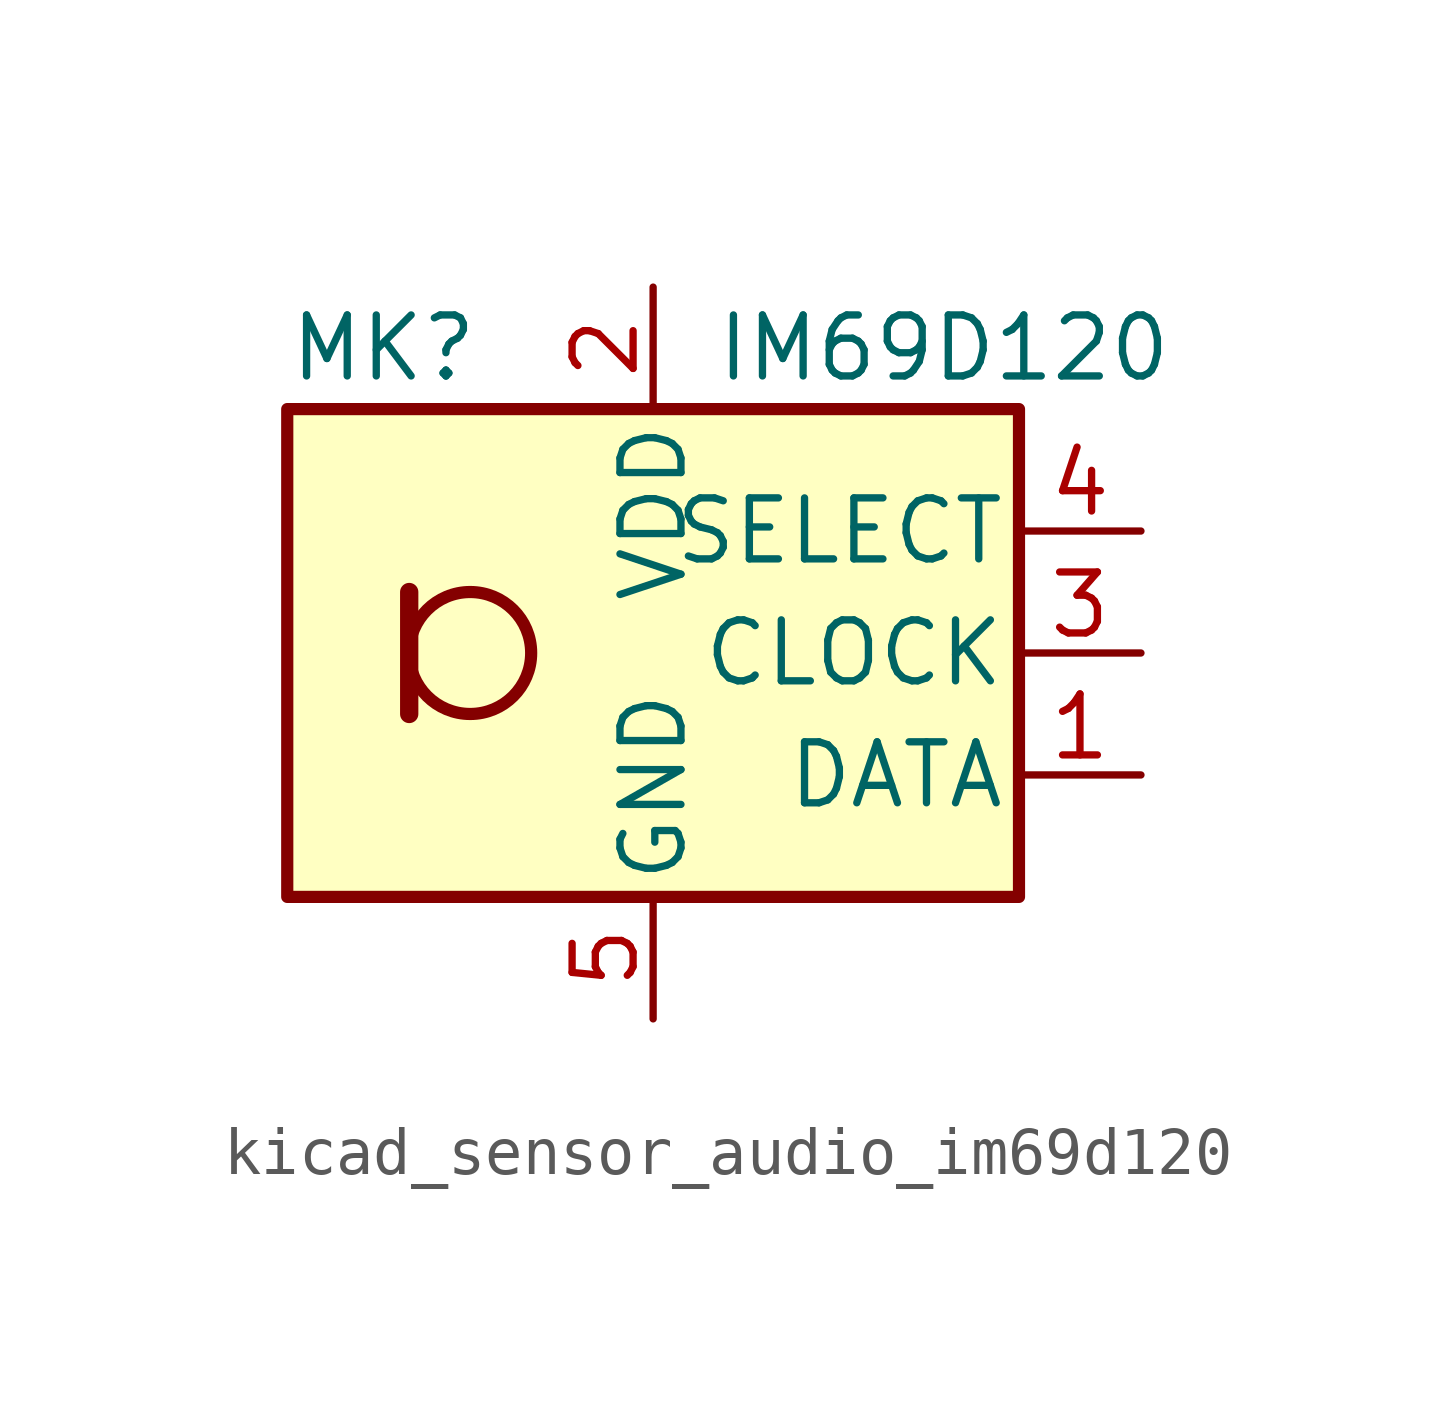
<source format=kicad_sym>
(kicad_symbol_lib
  (version 20220914)
  (generator kicad_symbol_editor)
  (symbol "kicad_sensor_audio_im69d120"
    (pin_names
      (offset 0.254))
    (property "Reference" "MK"
      (at -7.62 6.35 0)
      (effects (font (size 1.27 1.27)) (justify left)))
    (property "Value" "IM69D120"
      (at 1.27 6.35 0)
      (effects (font (size 1.27 1.27)) (justify left)))
    (symbol "kicad_sensor_audio_im69d120_0_1"
      (rectangle (start -7.62 5.08) (end 7.62 -5.08) (stroke (width 0.254) (type default)) (fill (type background)))
      (circle (center -3.81 0) (radius 1.27) (stroke (width 0.254) (type default)) (fill (type none)))
      (polyline (pts (xy -5.08 1.27) (xy -5.08 -1.27)) (stroke (width 0.381) (type default)) (fill (type none))))
    (symbol "kicad_sensor_audio_im69d120_1_1"
      (pin output line (at 10.16 -2.54 180) (length 2.54) (name "DATA" (effects (font (size 1.27 1.27)))) (number "1" (effects (font (size 1.27 1.27)))))
      (pin power_in line (at 0 7.62 270) (length 2.54) (name "VDD" (effects (font (size 1.27 1.27)))) (number "2" (effects (font (size 1.27 1.27)))))
      (pin input line (at 10.16 0 180) (length 2.54) (name "CLOCK" (effects (font (size 1.27 1.27)))) (number "3" (effects (font (size 1.27 1.27)))))
      (pin input line (at 10.16 2.54 180) (length 2.54) (name "SELECT" (effects (font (size 1.27 1.27)))) (number "4" (effects (font (size 1.27 1.27)))))
      (pin power_in line (at 0 -7.62 90) (length 2.54) (name "GND" (effects (font (size 1.27 1.27)))) (number "5" (effects (font (size 1.27 1.27))))))))
</source>
